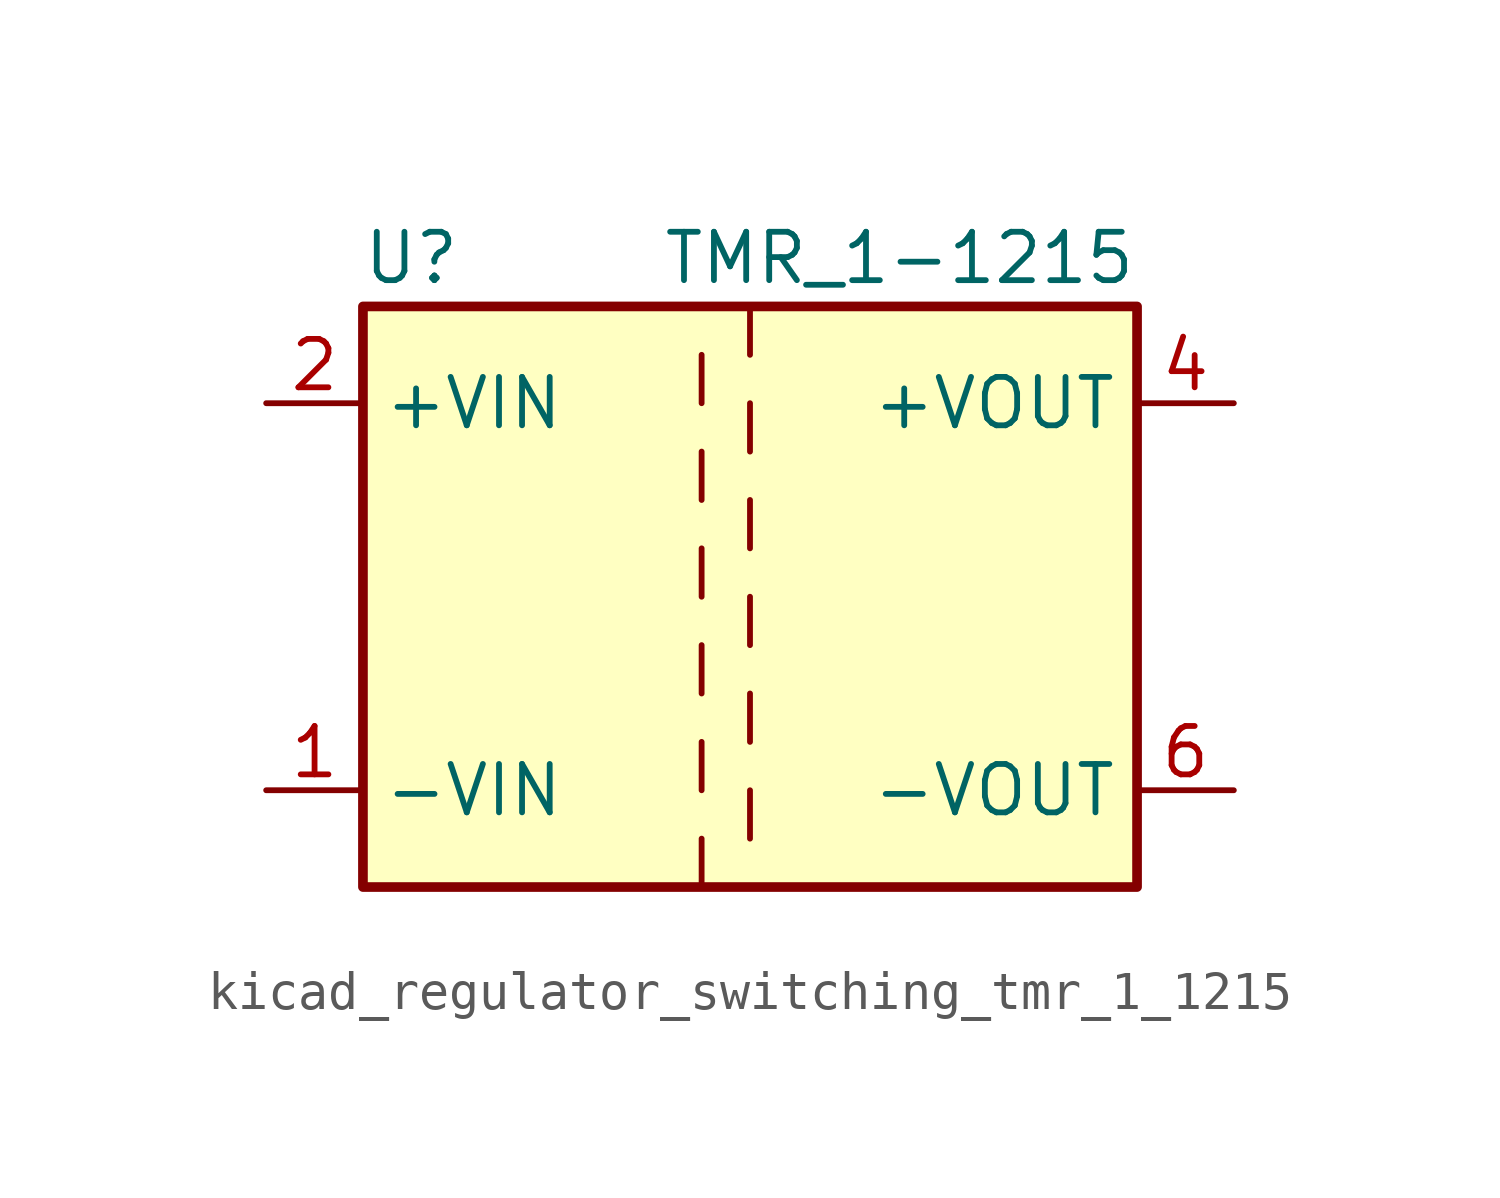
<source format=kicad_sym>
(kicad_symbol_lib
  (version 20220914)
  (generator kicad_symbol_editor)
  (symbol "kicad_regulator_switching_tmr_1_1215"
    (property "Reference" "U"
      (at -8.89 8.89 0)
      (effects (font (size 1.27 1.27))))
    (property "Value" "TMR_1-1215"
      (at 10.16 8.89 0)
      (effects (font (size 1.27 1.27)) (justify right)))
    (symbol "kicad_regulator_switching_tmr_1_1215_0_1"
      (rectangle (start -10.16 7.62) (end 10.16 -7.62) (stroke (width 0.254) (type default)) (fill (type background)))
      (polyline (pts (xy -1.27 -7.62) (xy -1.27 -6.35)) (stroke (width 0) (type default)) (fill (type none)))
      (polyline (pts (xy -1.27 -5.08) (xy -1.27 -3.81)) (stroke (width 0) (type default)) (fill (type none)))
      (polyline (pts (xy -1.27 -2.54) (xy -1.27 -1.27)) (stroke (width 0) (type default)) (fill (type none)))
      (polyline (pts (xy -1.27 0) (xy -1.27 1.27)) (stroke (width 0) (type default)) (fill (type none)))
      (polyline (pts (xy -1.27 2.54) (xy -1.27 3.81)) (stroke (width 0) (type default)) (fill (type none)))
      (polyline (pts (xy -1.27 5.08) (xy -1.27 6.35)) (stroke (width 0) (type default)) (fill (type none)))
      (polyline (pts (xy 0 -5.08) (xy 0 -6.35)) (stroke (width 0) (type default)) (fill (type none)))
      (polyline (pts (xy 0 -2.54) (xy 0 -3.81)) (stroke (width 0) (type default)) (fill (type none)))
      (polyline (pts (xy 0 0) (xy 0 -1.27)) (stroke (width 0) (type default)) (fill (type none)))
      (polyline (pts (xy 0 2.54) (xy 0 1.27)) (stroke (width 0) (type default)) (fill (type none)))
      (polyline (pts (xy 0 5.08) (xy 0 3.81)) (stroke (width 0) (type default)) (fill (type none)))
      (polyline (pts (xy 0 7.62) (xy 0 6.35)) (stroke (width 0) (type default)) (fill (type none))))
    (symbol "kicad_regulator_switching_tmr_1_1215_1_1"
      (pin power_in line (at -12.7 -5.08 0) (length 2.54) (name "-VIN" (effects (font (size 1.27 1.27)))) (number "1" (effects (font (size 1.27 1.27)))))
      (pin power_in line (at -12.7 5.08 0) (length 2.54) (name "+VIN" (effects (font (size 1.27 1.27)))) (number "2" (effects (font (size 1.27 1.27)))))
      (pin power_out line (at 12.7 5.08 180) (length 2.54) (name "+VOUT" (effects (font (size 1.27 1.27)))) (number "4" (effects (font (size 1.27 1.27)))))
      (pin power_out line (at 12.7 -5.08 180) (length 2.54) (name "-VOUT" (effects (font (size 1.27 1.27)))) (number "6" (effects (font (size 1.27 1.27))))))))
</source>
